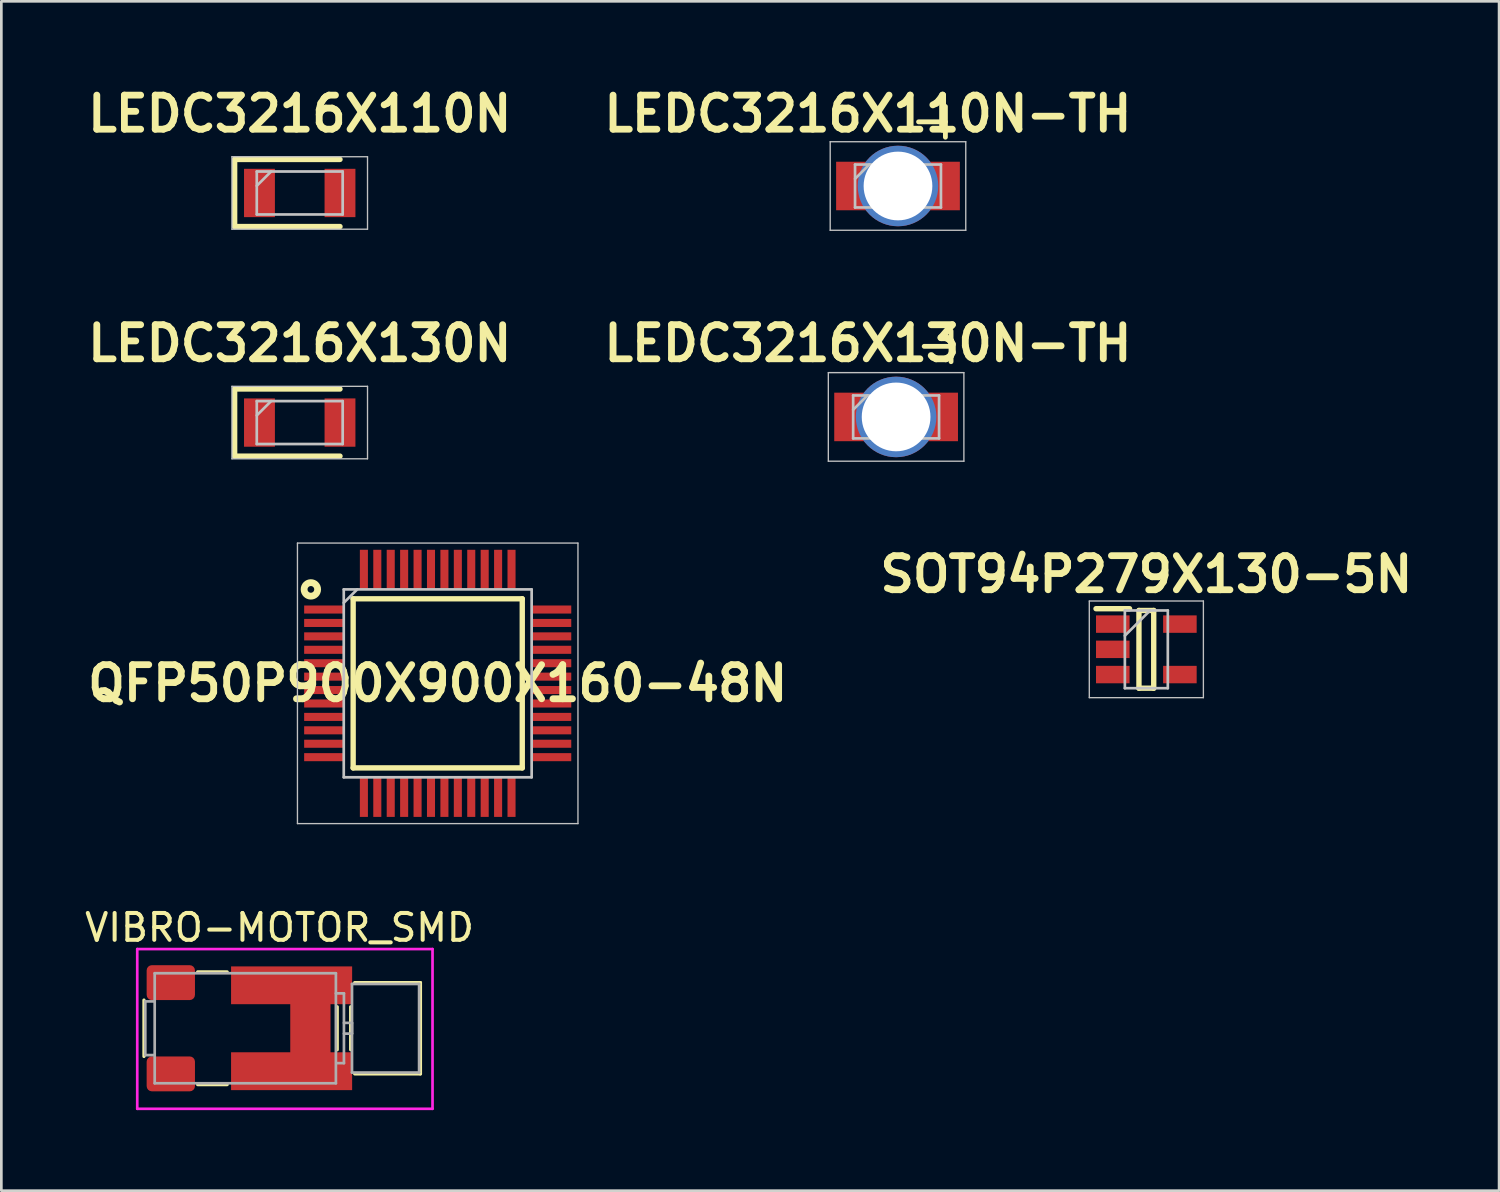
<source format=kicad_pcb>
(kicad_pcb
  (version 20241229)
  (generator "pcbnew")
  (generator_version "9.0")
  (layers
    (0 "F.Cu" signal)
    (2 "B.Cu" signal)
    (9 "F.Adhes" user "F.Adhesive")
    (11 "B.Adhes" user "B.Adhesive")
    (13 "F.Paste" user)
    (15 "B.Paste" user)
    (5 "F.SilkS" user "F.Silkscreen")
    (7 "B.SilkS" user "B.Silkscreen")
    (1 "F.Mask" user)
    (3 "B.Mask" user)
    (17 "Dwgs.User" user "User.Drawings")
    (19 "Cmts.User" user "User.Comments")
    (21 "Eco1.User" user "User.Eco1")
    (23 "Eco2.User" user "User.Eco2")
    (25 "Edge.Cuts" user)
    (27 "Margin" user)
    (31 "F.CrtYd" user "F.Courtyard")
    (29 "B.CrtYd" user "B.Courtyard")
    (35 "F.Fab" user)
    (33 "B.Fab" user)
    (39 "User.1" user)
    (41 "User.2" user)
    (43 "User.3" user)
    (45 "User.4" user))
  (footprint "VIBRO-MOTOR_SMD"
    (layer "F.Cu")
    (at 3.563 35.256)
    (property "Reference" "VIBRO-MOTOR_SMD" (at 3.8 -3.75 0) (layer "F.SilkS") (effects (font (size 1 1) (thickness 0.15))))
    (attr through_hole)
    (fp_line (start -1.25 -1.05) (end -1.25 1.05) (stroke (width 0.12) (type solid)) (layer "F.SilkS"))
    (fp_line (start 0.75 -2.1) (end 1.85 -2.1) (stroke (width 0.12) (type solid)) (layer "F.SilkS"))
    (fp_line (start 0.75 2.1) (end 1.85 2.1) (stroke (width 0.12) (type solid)) (layer "F.SilkS"))
    (fp_line (start 5.95 -0.8) (end 5.95 0.8) (stroke (width 0.12) (type solid)) (layer "F.SilkS"))
    (fp_line (start 6.45 -0.8) (end 6.45 0.8) (stroke (width 0.12) (type solid)) (layer "F.SilkS"))
    (fp_line (start 6.6 -1.7) (end 9.05 -1.7) (stroke (width 0.12) (type solid)) (layer "F.SilkS"))
    (fp_line (start 9.05 -1.7) (end 9.05 1.7) (stroke (width 0.12) (type solid)) (layer "F.SilkS"))
    (fp_line (start 9.05 1.7) (end 6.6 1.7) (stroke (width 0.12) (type solid)) (layer "F.SilkS"))
    (fp_line (start -1.5 -2.95) (end 9.5 -2.95) (stroke (width 0.1) (type solid)) (layer "F.CrtYd"))
    (fp_line (start -1.5 3) (end -1.5 -2.95) (stroke (width 0.1) (type solid)) (layer "F.CrtYd"))
    (fp_line (start 9.5 -2.95) (end 9.5 3) (stroke (width 0.1) (type solid)) (layer "F.CrtYd"))
    (fp_line (start 9.5 3) (end -1.5 3) (stroke (width 0.1) (type solid)) (layer "F.CrtYd"))
    (fp_line (start -1.2 -1) (end -1.2 1) (stroke (width 0.1) (type solid)) (layer "F.Fab"))
    (fp_line (start -1.2 1) (end -0.85 1) (stroke (width 0.1) (type solid)) (layer "F.Fab"))
    (fp_line (start -0.85 -2.05) (end -0.85 2.05) (stroke (width 0.1) (type solid)) (layer "F.Fab"))
    (fp_line (start -0.85 -1) (end -1.2 -1) (stroke (width 0.1) (type solid)) (layer "F.Fab"))
    (fp_line (start -0.85 2.05) (end 5.9 2.05) (stroke (width 0.1) (type solid)) (layer "F.Fab"))
    (fp_line (start 5.9 -2.05) (end -0.85 -2.05) (stroke (width 0.1) (type solid)) (layer "F.Fab"))
    (fp_line (start 5.9 -1.3) (end 6.2 -1.3) (stroke (width 0.1) (type solid)) (layer "F.Fab"))
    (fp_line (start 5.9 2.05) (end 5.9 -2.05) (stroke (width 0.1) (type solid)) (layer "F.Fab"))
    (fp_line (start 6.2 -1.3) (end 6.2 1.3) (stroke (width 0.1) (type solid)) (layer "F.Fab"))
    (fp_line (start 6.2 -0.2) (end 6.5 -0.2) (stroke (width 0.1) (type solid)) (layer "F.Fab"))
    (fp_line (start 6.2 1.3) (end 5.95 1.3) (stroke (width 0.1) (type solid)) (layer "F.Fab"))
    (fp_line (start 6.5 -1.65) (end 6.5 1.65) (stroke (width 0.1) (type solid)) (layer "F.Fab"))
    (fp_line (start 6.5 -0.2) (end 6.5 0.2) (stroke (width 0.1) (type solid)) (layer "F.Fab"))
    (fp_line (start 6.5 0.2) (end 6.2 0.2) (stroke (width 0.1) (type solid)) (layer "F.Fab"))
    (fp_line (start 6.5 1.65) (end 9 1.65) (stroke (width 0.1) (type solid)) (layer "F.Fab"))
    (fp_line (start 9 -1.65) (end 6.5 -1.65) (stroke (width 0.1) (type solid)) (layer "F.Fab"))
    (fp_line (start 9 1.65) (end 9 -1.65) (stroke (width 0.1) (type solid)) (layer "F.Fab"))
    (pad "1" smd roundrect (at -0.25 -1.7) (size 1.8 1.3) (layers "F.Cu" "F.Mask" "F.Paste") (roundrect_rratio 0.15))
    (pad "2" smd roundrect (at -0.25 1.7) (size 1.8 1.3) (layers "F.Cu" "F.Mask" "F.Paste") (roundrect_rratio 0.15))
    (pad "3" smd custom (at 4.95 0) (size 1.5 4.2) (layers "F.Cu" "F.Mask" "F.Paste") (options (anchor rect)) (primitives (gr_poly (pts (xy -2.95 -2.3) (xy 1.55 -2.3) (xy 1.55 -0.9) (xy -2.95 -0.9)) (width 0.01) (fill yes)) (gr_poly (pts (xy -2.95 0.9) (xy 1.55 0.9) (xy 1.55 2.3) (xy -2.95 2.3)) (width 0.01) (fill yes)))))
  (footprint "LEDC3216X130N"
    (layer "F.Cu")
    (at 8.116 12.692)
    (property "Reference" "LEDC3216X130N" (at 0 -2.95 0) (layer "F.SilkS") (effects (font (size 1.27 1.27) (thickness 0.254))))
    (attr smd)
    (fp_line (start -2.425 -1.25) (end -2.425 1.25) (stroke (width 0.2) (type solid)) (layer "F.SilkS"))
    (fp_line (start -2.425 1.25) (end 1.5 1.25) (stroke (width 0.2) (type solid)) (layer "F.SilkS"))
    (fp_line (start 1.5 -1.25) (end -2.425 -1.25) (stroke (width 0.2) (type solid)) (layer "F.SilkS"))
    (fp_line (start -2.525 -1.35) (end 2.525 -1.35) (stroke (width 0.05) (type solid)) (layer "Dwgs.User"))
    (fp_line (start -2.525 1.35) (end -2.525 -1.35) (stroke (width 0.05) (type solid)) (layer "Dwgs.User"))
    (fp_line (start -1.6 -0.8) (end 1.6 -0.8) (stroke (width 0.1) (type solid)) (layer "Dwgs.User"))
    (fp_line (start -1.6 -0.267) (end -1.067 -0.8) (stroke (width 0.1) (type solid)) (layer "Dwgs.User"))
    (fp_line (start -1.6 0.8) (end -1.6 -0.8) (stroke (width 0.1) (type solid)) (layer "Dwgs.User"))
    (fp_line (start 1.6 -0.8) (end 1.6 0.8) (stroke (width 0.1) (type solid)) (layer "Dwgs.User"))
    (fp_line (start 1.6 0.8) (end -1.6 0.8) (stroke (width 0.1) (type solid)) (layer "Dwgs.User"))
    (fp_line (start 2.525 -1.35) (end 2.525 1.35) (stroke (width 0.05) (type solid)) (layer "Dwgs.User"))
    (fp_line (start 2.525 1.35) (end -2.525 1.35) (stroke (width 0.05) (type solid)) (layer "Dwgs.User"))
    (pad "1" smd rect (at -1.5 0) (size 1.15 1.8) (layers "F.Cu" "F.Mask" "F.Paste"))
    (pad "2" smd rect (at 1.5 0) (size 1.15 1.8) (layers "F.Cu" "F.Mask" "F.Paste")))
  (footprint "QFP50P900X900X160-48N"
    (layer "F.Cu")
    (at 13.256 22.407)
    (property "Reference" "QFP50P900X900X160-48N" (at 0 0 0) (layer "F.SilkS") (effects (font (size 1.27 1.27) (thickness 0.254))))
    (attr smd)
    (fp_line (start -3.15 -3.15) (end 3.15 -3.15) (stroke (width 0.2) (type solid)) (layer "F.SilkS"))
    (fp_line (start -3.15 3.15) (end -3.15 -3.15) (stroke (width 0.2) (type solid)) (layer "F.SilkS"))
    (fp_line (start 3.15 -3.15) (end 3.15 3.15) (stroke (width 0.2) (type solid)) (layer "F.SilkS"))
    (fp_line (start 3.15 3.15) (end -3.15 3.15) (stroke (width 0.2) (type solid)) (layer "F.SilkS"))
    (fp_circle (center -4.725 -3.5) (end -4.85 -3.5) (stroke (width 0.254) (type solid)) (fill no) (layer "F.SilkS"))
    (fp_line (start -5.225 -5.225) (end 5.225 -5.225) (stroke (width 0.05) (type solid)) (layer "Dwgs.User"))
    (fp_line (start -5.225 5.225) (end -5.225 -5.225) (stroke (width 0.05) (type solid)) (layer "Dwgs.User"))
    (fp_line (start -3.5 -3.5) (end 3.5 -3.5) (stroke (width 0.1) (type solid)) (layer "Dwgs.User"))
    (fp_line (start -3.5 -3) (end -3 -3.5) (stroke (width 0.1) (type solid)) (layer "Dwgs.User"))
    (fp_line (start -3.5 3.5) (end -3.5 -3.5) (stroke (width 0.1) (type solid)) (layer "Dwgs.User"))
    (fp_line (start 3.5 -3.5) (end 3.5 3.5) (stroke (width 0.1) (type solid)) (layer "Dwgs.User"))
    (fp_line (start 3.5 3.5) (end -3.5 3.5) (stroke (width 0.1) (type solid)) (layer "Dwgs.User"))
    (fp_line (start 5.225 -5.225) (end 5.225 5.225) (stroke (width 0.05) (type solid)) (layer "Dwgs.User"))
    (fp_line (start 5.225 5.225) (end -5.225 5.225) (stroke (width 0.05) (type solid)) (layer "Dwgs.User"))
    (pad "1" smd rect (at -4.238 -2.75 90) (size 0.3 1.475) (layers "F.Cu" "F.Mask" "F.Paste"))
    (pad "2" smd rect (at -4.238 -2.25 90) (size 0.3 1.475) (layers "F.Cu" "F.Mask" "F.Paste"))
    (pad "3" smd rect (at -4.238 -1.75 90) (size 0.3 1.475) (layers "F.Cu" "F.Mask" "F.Paste"))
    (pad "4" smd rect (at -4.238 -1.25 90) (size 0.3 1.475) (layers "F.Cu" "F.Mask" "F.Paste"))
    (pad "5" smd rect (at -4.238 -0.75 90) (size 0.3 1.475) (layers "F.Cu" "F.Mask" "F.Paste"))
    (pad "6" smd rect (at -4.238 -0.25 90) (size 0.3 1.475) (layers "F.Cu" "F.Mask" "F.Paste"))
    (pad "7" smd rect (at -4.238 0.25 90) (size 0.3 1.475) (layers "F.Cu" "F.Mask" "F.Paste"))
    (pad "8" smd rect (at -4.238 0.75 90) (size 0.3 1.475) (layers "F.Cu" "F.Mask" "F.Paste"))
    (pad "9" smd rect (at -4.238 1.25 90) (size 0.3 1.475) (layers "F.Cu" "F.Mask" "F.Paste"))
    (pad "10" smd rect (at -4.238 1.75 90) (size 0.3 1.475) (layers "F.Cu" "F.Mask" "F.Paste"))
    (pad "11" smd rect (at -4.238 2.25 90) (size 0.3 1.475) (layers "F.Cu" "F.Mask" "F.Paste"))
    (pad "12" smd rect (at -4.238 2.75 90) (size 0.3 1.475) (layers "F.Cu" "F.Mask" "F.Paste"))
    (pad "13" smd rect (at -2.75 4.238) (size 0.3 1.475) (layers "F.Cu" "F.Mask" "F.Paste"))
    (pad "14" smd rect (at -2.25 4.238) (size 0.3 1.475) (layers "F.Cu" "F.Mask" "F.Paste"))
    (pad "15" smd rect (at -1.75 4.238) (size 0.3 1.475) (layers "F.Cu" "F.Mask" "F.Paste"))
    (pad "16" smd rect (at -1.25 4.238) (size 0.3 1.475) (layers "F.Cu" "F.Mask" "F.Paste"))
    (pad "17" smd rect (at -0.75 4.238) (size 0.3 1.475) (layers "F.Cu" "F.Mask" "F.Paste"))
    (pad "18" smd rect (at -0.25 4.238) (size 0.3 1.475) (layers "F.Cu" "F.Mask" "F.Paste"))
    (pad "19" smd rect (at 0.25 4.238) (size 0.3 1.475) (layers "F.Cu" "F.Mask" "F.Paste"))
    (pad "20" smd rect (at 0.75 4.238) (size 0.3 1.475) (layers "F.Cu" "F.Mask" "F.Paste"))
    (pad "21" smd rect (at 1.25 4.238) (size 0.3 1.475) (layers "F.Cu" "F.Mask" "F.Paste"))
    (pad "22" smd rect (at 1.75 4.238) (size 0.3 1.475) (layers "F.Cu" "F.Mask" "F.Paste"))
    (pad "23" smd rect (at 2.25 4.238) (size 0.3 1.475) (layers "F.Cu" "F.Mask" "F.Paste"))
    (pad "24" smd rect (at 2.75 4.238) (size 0.3 1.475) (layers "F.Cu" "F.Mask" "F.Paste"))
    (pad "25" smd rect (at 4.238 2.75 90) (size 0.3 1.475) (layers "F.Cu" "F.Mask" "F.Paste"))
    (pad "26" smd rect (at 4.238 2.25 90) (size 0.3 1.475) (layers "F.Cu" "F.Mask" "F.Paste"))
    (pad "27" smd rect (at 4.238 1.75 90) (size 0.3 1.475) (layers "F.Cu" "F.Mask" "F.Paste"))
    (pad "28" smd rect (at 4.238 1.25 90) (size 0.3 1.475) (layers "F.Cu" "F.Mask" "F.Paste"))
    (pad "29" smd rect (at 4.238 0.75 90) (size 0.3 1.475) (layers "F.Cu" "F.Mask" "F.Paste"))
    (pad "30" smd rect (at 4.238 0.25 90) (size 0.3 1.475) (layers "F.Cu" "F.Mask" "F.Paste"))
    (pad "31" smd rect (at 4.238 -0.25 90) (size 0.3 1.475) (layers "F.Cu" "F.Mask" "F.Paste"))
    (pad "32" smd rect (at 4.238 -0.75 90) (size 0.3 1.475) (layers "F.Cu" "F.Mask" "F.Paste"))
    (pad "33" smd rect (at 4.238 -1.25 90) (size 0.3 1.475) (layers "F.Cu" "F.Mask" "F.Paste"))
    (pad "34" smd rect (at 4.238 -1.75 90) (size 0.3 1.475) (layers "F.Cu" "F.Mask" "F.Paste"))
    (pad "35" smd rect (at 4.238 -2.25 90) (size 0.3 1.475) (layers "F.Cu" "F.Mask" "F.Paste"))
    (pad "36" smd rect (at 4.238 -2.75 90) (size 0.3 1.475) (layers "F.Cu" "F.Mask" "F.Paste"))
    (pad "37" smd rect (at 2.75 -4.238) (size 0.3 1.475) (layers "F.Cu" "F.Mask" "F.Paste"))
    (pad "38" smd rect (at 2.25 -4.238) (size 0.3 1.475) (layers "F.Cu" "F.Mask" "F.Paste"))
    (pad "39" smd rect (at 1.75 -4.238) (size 0.3 1.475) (layers "F.Cu" "F.Mask" "F.Paste"))
    (pad "40" smd rect (at 1.25 -4.238) (size 0.3 1.475) (layers "F.Cu" "F.Mask" "F.Paste"))
    (pad "41" smd rect (at 0.75 -4.238) (size 0.3 1.475) (layers "F.Cu" "F.Mask" "F.Paste"))
    (pad "42" smd rect (at 0.25 -4.238) (size 0.3 1.475) (layers "F.Cu" "F.Mask" "F.Paste"))
    (pad "43" smd rect (at -0.25 -4.238) (size 0.3 1.475) (layers "F.Cu" "F.Mask" "F.Paste"))
    (pad "44" smd rect (at -0.75 -4.238) (size 0.3 1.475) (layers "F.Cu" "F.Mask" "F.Paste"))
    (pad "45" smd rect (at -1.25 -4.238) (size 0.3 1.475) (layers "F.Cu" "F.Mask" "F.Paste"))
    (pad "46" smd rect (at -1.75 -4.238) (size 0.3 1.475) (layers "F.Cu" "F.Mask" "F.Paste"))
    (pad "47" smd rect (at -2.25 -4.238) (size 0.3 1.475) (layers "F.Cu" "F.Mask" "F.Paste"))
    (pad "48" smd rect (at -2.75 -4.238) (size 0.3 1.475) (layers "F.Cu" "F.Mask" "F.Paste")))
  (footprint "LEDC3216X130N-TH"
    (layer "F.Cu")
    (at 30.333 12.482)
    (property "Reference" "LEDC3216X130N-TH" (at -1.05 -2.74 0) (layer "F.SilkS") (effects (font (size 1.27 1.27) (thickness 0.254))))
    (attr smd)
    (fp_line (start -2.525 -1.65) (end 2.525 -1.65) (stroke (width 0.05) (type solid)) (layer "Dwgs.User"))
    (fp_line (start -2.525 1.65) (end -2.525 -1.65) (stroke (width 0.05) (type solid)) (layer "Dwgs.User"))
    (fp_line (start -1.6 -0.8) (end 1.6 -0.8) (stroke (width 0.1) (type solid)) (layer "Dwgs.User"))
    (fp_line (start -1.6 -0.267) (end -1.067 -0.8) (stroke (width 0.1) (type solid)) (layer "Dwgs.User"))
    (fp_line (start -1.6 0.8) (end -1.6 -0.8) (stroke (width 0.1) (type solid)) (layer "Dwgs.User"))
    (fp_line (start 1.6 -0.8) (end 1.6 0.8) (stroke (width 0.1) (type solid)) (layer "Dwgs.User"))
    (fp_line (start 1.6 0.8) (end -1.6 0.8) (stroke (width 0.1) (type solid)) (layer "Dwgs.User"))
    (fp_line (start 2.525 -1.65) (end 2.525 1.65) (stroke (width 0.05) (type solid)) (layer "Dwgs.User"))
    (fp_line (start 2.525 1.65) (end -2.525 1.65) (stroke (width 0.05) (type solid)) (layer "Dwgs.User"))
    (fp_text user "T" (at 1.5 -2.63 270) (unlocked yes) (layer "F.SilkS") (effects (font (size 1 2) (thickness 0.18))))
    (pad "1" smd custom (at -1.82 0) (size 0.7 1.8) (layers "F.Cu" "F.Mask" "F.Paste") (options (anchor rect)) (primitives (gr_poly (pts (xy -0.48 0.9) (xy 0.7 0.9) (xy 0.66 0.84) (xy 0.62 0.78) (xy 0.56 0.67) (xy 0.49 0.51) (xy 0.45 0.37) (xy 0.42 0.23) (xy 0.41 0.12) (xy 0.4 -0.01) (xy 0.41 -0.14) (xy 0.42 -0.22) (xy 0.44 -0.33) (xy 0.47 -0.44) (xy 0.5 -0.53) (xy 0.53 -0.6) (xy 0.55 -0.65) (xy 0.58 -0.71) (xy 0.62 -0.78) (xy 0.65 -0.83) (xy 0.7 -0.9) (xy -0.48 -0.9)) (width 0.01) (fill yes))))
    (pad "2" smd custom (at 1.82 0) (size 0.7 1.8) (layers "F.Cu" "F.Mask" "F.Paste") (options (anchor rect)) (primitives (gr_poly (pts (xy 0.48 -0.9) (xy -0.7 -0.9) (xy -0.66 -0.84) (xy -0.62 -0.78) (xy -0.56 -0.67) (xy -0.49 -0.51) (xy -0.45 -0.37) (xy -0.42 -0.23) (xy -0.41 -0.12) (xy -0.4 0.01) (xy -0.41 0.14) (xy -0.42 0.22) (xy -0.44 0.33) (xy -0.47 0.44) (xy -0.5 0.53) (xy -0.53 0.6) (xy -0.55 0.65) (xy -0.58 0.71) (xy -0.62 0.78) (xy -0.65 0.83) (xy -0.7 0.9) (xy 0.48 0.9)) (width 0.01) (fill yes))))
    (pad "3" thru_hole circle (at 0 0) (size 3 3) (drill 2.56) (layers "B.Cu" "B.Mask")))
  (footprint "LEDC3216X110N"
    (layer "F.Cu")
    (at 8.116 4.139)
    (property "Reference" "LEDC3216X110N" (at 0 -2.95 0) (layer "F.SilkS") (effects (font (size 1.27 1.27) (thickness 0.254))))
    (attr smd)
    (fp_line (start -2.425 -1.25) (end -2.425 1.25) (stroke (width 0.2) (type solid)) (layer "F.SilkS"))
    (fp_line (start -2.425 1.25) (end 1.5 1.25) (stroke (width 0.2) (type solid)) (layer "F.SilkS"))
    (fp_line (start 1.5 -1.25) (end -2.425 -1.25) (stroke (width 0.2) (type solid)) (layer "F.SilkS"))
    (fp_line (start -2.525 -1.35) (end 2.525 -1.35) (stroke (width 0.05) (type solid)) (layer "Dwgs.User"))
    (fp_line (start -2.525 1.35) (end -2.525 -1.35) (stroke (width 0.05) (type solid)) (layer "Dwgs.User"))
    (fp_line (start -1.6 -0.8) (end 1.6 -0.8) (stroke (width 0.1) (type solid)) (layer "Dwgs.User"))
    (fp_line (start -1.6 -0.267) (end -1.067 -0.8) (stroke (width 0.1) (type solid)) (layer "Dwgs.User"))
    (fp_line (start -1.6 0.8) (end -1.6 -0.8) (stroke (width 0.1) (type solid)) (layer "Dwgs.User"))
    (fp_line (start 1.6 -0.8) (end 1.6 0.8) (stroke (width 0.1) (type solid)) (layer "Dwgs.User"))
    (fp_line (start 1.6 0.8) (end -1.6 0.8) (stroke (width 0.1) (type solid)) (layer "Dwgs.User"))
    (fp_line (start 2.525 -1.35) (end 2.525 1.35) (stroke (width 0.05) (type solid)) (layer "Dwgs.User"))
    (fp_line (start 2.525 1.35) (end -2.525 1.35) (stroke (width 0.05) (type solid)) (layer "Dwgs.User"))
    (pad "1" smd rect (at -1.5 0) (size 1.15 1.8) (layers "F.Cu" "F.Mask" "F.Paste"))
    (pad "2" smd rect (at 1.5 0) (size 1.15 1.8) (layers "F.Cu" "F.Mask" "F.Paste")))
  (footprint "LEDC3216X110N-TH"
    (layer "F.Cu")
    (at 30.403 3.879)
    (property "Reference" "LEDC3216X110N-TH" (at -1.12 -2.69 0) (layer "F.SilkS") (effects (font (size 1.27 1.27) (thickness 0.254))))
    (attr smd)
    (fp_line (start -2.525 -1.65) (end 2.525 -1.65) (stroke (width 0.05) (type solid)) (layer "Dwgs.User"))
    (fp_line (start -2.525 1.65) (end -2.525 -1.65) (stroke (width 0.05) (type solid)) (layer "Dwgs.User"))
    (fp_line (start -1.6 -0.8) (end 1.6 -0.8) (stroke (width 0.1) (type solid)) (layer "Dwgs.User"))
    (fp_line (start -1.6 -0.267) (end -1.067 -0.8) (stroke (width 0.1) (type solid)) (layer "Dwgs.User"))
    (fp_line (start -1.6 0.8) (end -1.6 -0.8) (stroke (width 0.1) (type solid)) (layer "Dwgs.User"))
    (fp_line (start 1.6 -0.8) (end 1.6 0.8) (stroke (width 0.1) (type solid)) (layer "Dwgs.User"))
    (fp_line (start 1.6 0.8) (end -1.6 0.8) (stroke (width 0.1) (type solid)) (layer "Dwgs.User"))
    (fp_line (start 2.525 -1.65) (end 2.525 1.65) (stroke (width 0.05) (type solid)) (layer "Dwgs.User"))
    (fp_line (start 2.525 1.65) (end -2.525 1.65) (stroke (width 0.05) (type solid)) (layer "Dwgs.User"))
    (fp_text user "T" (at 1.22 -2.39 270) (unlocked yes) (layer "F.SilkS") (effects (font (size 1 2) (thickness 0.18))))
    (pad "1" smd custom (at -1.82 0) (size 0.7 1.8) (layers "F.Cu" "F.Mask" "F.Paste") (options (anchor rect)) (primitives (gr_poly (pts (xy -0.48 0.9) (xy 0.7 0.9) (xy 0.66 0.84) (xy 0.62 0.78) (xy 0.56 0.67) (xy 0.49 0.51) (xy 0.45 0.37) (xy 0.42 0.23) (xy 0.41 0.12) (xy 0.4 -0.01) (xy 0.41 -0.14) (xy 0.42 -0.22) (xy 0.44 -0.33) (xy 0.47 -0.44) (xy 0.5 -0.53) (xy 0.53 -0.6) (xy 0.55 -0.65) (xy 0.58 -0.71) (xy 0.62 -0.78) (xy 0.65 -0.83) (xy 0.7 -0.9) (xy -0.48 -0.9)) (width 0.01) (fill yes))))
    (pad "2" smd custom (at 1.82 0) (size 0.7 1.8) (layers "F.Cu" "F.Mask" "F.Paste") (options (anchor rect)) (primitives (gr_poly (pts (xy 0.48 -0.9) (xy -0.7 -0.9) (xy -0.66 -0.84) (xy -0.62 -0.78) (xy -0.56 -0.67) (xy -0.49 -0.51) (xy -0.45 -0.37) (xy -0.42 -0.23) (xy -0.41 -0.12) (xy -0.4 0.01) (xy -0.41 0.14) (xy -0.42 0.22) (xy -0.44 0.33) (xy -0.47 0.44) (xy -0.5 0.53) (xy -0.53 0.6) (xy -0.55 0.65) (xy -0.58 0.71) (xy -0.62 0.78) (xy -0.65 0.83) (xy -0.7 0.9) (xy 0.48 0.9)) (width 0.01) (fill yes))))
    (pad "3" thru_hole circle (at 0 0) (size 3 3) (drill 2.56) (layers "B.Cu" "B.Mask")))
  (footprint "SOT94P279X130-5N"
    (layer "F.Cu")
    (at 39.655 21.14)
    (property "Reference" "SOT94P279X130-5N" (at 0 -2.794 0) (layer "F.SilkS") (effects (font (size 1.27 1.27) (thickness 0.254))))
    (attr smd)
    (fp_line (start -1.875 -1.514) (end -0.625 -1.514) (stroke (width 0.2) (type solid)) (layer "F.SilkS"))
    (fp_line (start -0.275 -1.448) (end 0.275 -1.448) (stroke (width 0.2) (type solid)) (layer "F.SilkS"))
    (fp_line (start -0.275 1.448) (end -0.275 -1.448) (stroke (width 0.2) (type solid)) (layer "F.SilkS"))
    (fp_line (start 0.275 -1.448) (end 0.275 1.448) (stroke (width 0.2) (type solid)) (layer "F.SilkS"))
    (fp_line (start 0.275 1.448) (end -0.275 1.448) (stroke (width 0.2) (type solid)) (layer "F.SilkS"))
    (fp_line (start -2.125 -1.8) (end 2.125 -1.8) (stroke (width 0.05) (type solid)) (layer "Dwgs.User"))
    (fp_line (start -2.125 1.8) (end -2.125 -1.8) (stroke (width 0.05) (type solid)) (layer "Dwgs.User"))
    (fp_line (start -0.8 -1.448) (end 0.8 -1.448) (stroke (width 0.1) (type solid)) (layer "Dwgs.User"))
    (fp_line (start -0.8 -0.508) (end 0.14 -1.448) (stroke (width 0.1) (type solid)) (layer "Dwgs.User"))
    (fp_line (start -0.8 1.448) (end -0.8 -1.448) (stroke (width 0.1) (type solid)) (layer "Dwgs.User"))
    (fp_line (start 0.8 -1.448) (end 0.8 1.448) (stroke (width 0.1) (type solid)) (layer "Dwgs.User"))
    (fp_line (start 0.8 1.448) (end -0.8 1.448) (stroke (width 0.1) (type solid)) (layer "Dwgs.User"))
    (fp_line (start 2.125 -1.8) (end 2.125 1.8) (stroke (width 0.05) (type solid)) (layer "Dwgs.User"))
    (fp_line (start 2.125 1.8) (end -2.125 1.8) (stroke (width 0.05) (type solid)) (layer "Dwgs.User"))
    (pad "1" smd rect (at -1.25 -0.94 90) (size 0.65 1.25) (layers "F.Cu" "F.Mask" "F.Paste"))
    (pad "2" smd rect (at -1.25 0 90) (size 0.65 1.25) (layers "F.Cu" "F.Mask" "F.Paste"))
    (pad "3" smd rect (at -1.25 0.94 90) (size 0.65 1.25) (layers "F.Cu" "F.Mask" "F.Paste"))
    (pad "4" smd rect (at 1.25 0.94 90) (size 0.65 1.25) (layers "F.Cu" "F.Mask" "F.Paste"))
    (pad "5" smd rect (at 1.25 -0.94 90) (size 0.65 1.25) (layers "F.Cu" "F.Mask" "F.Paste")))
  (gr_rect
    (start -3 -3)
    (end 52.796 41.306)
    (stroke (width 0.1) (type default))
    (fill no)
    (layer "Edge.Cuts")))
</source>
